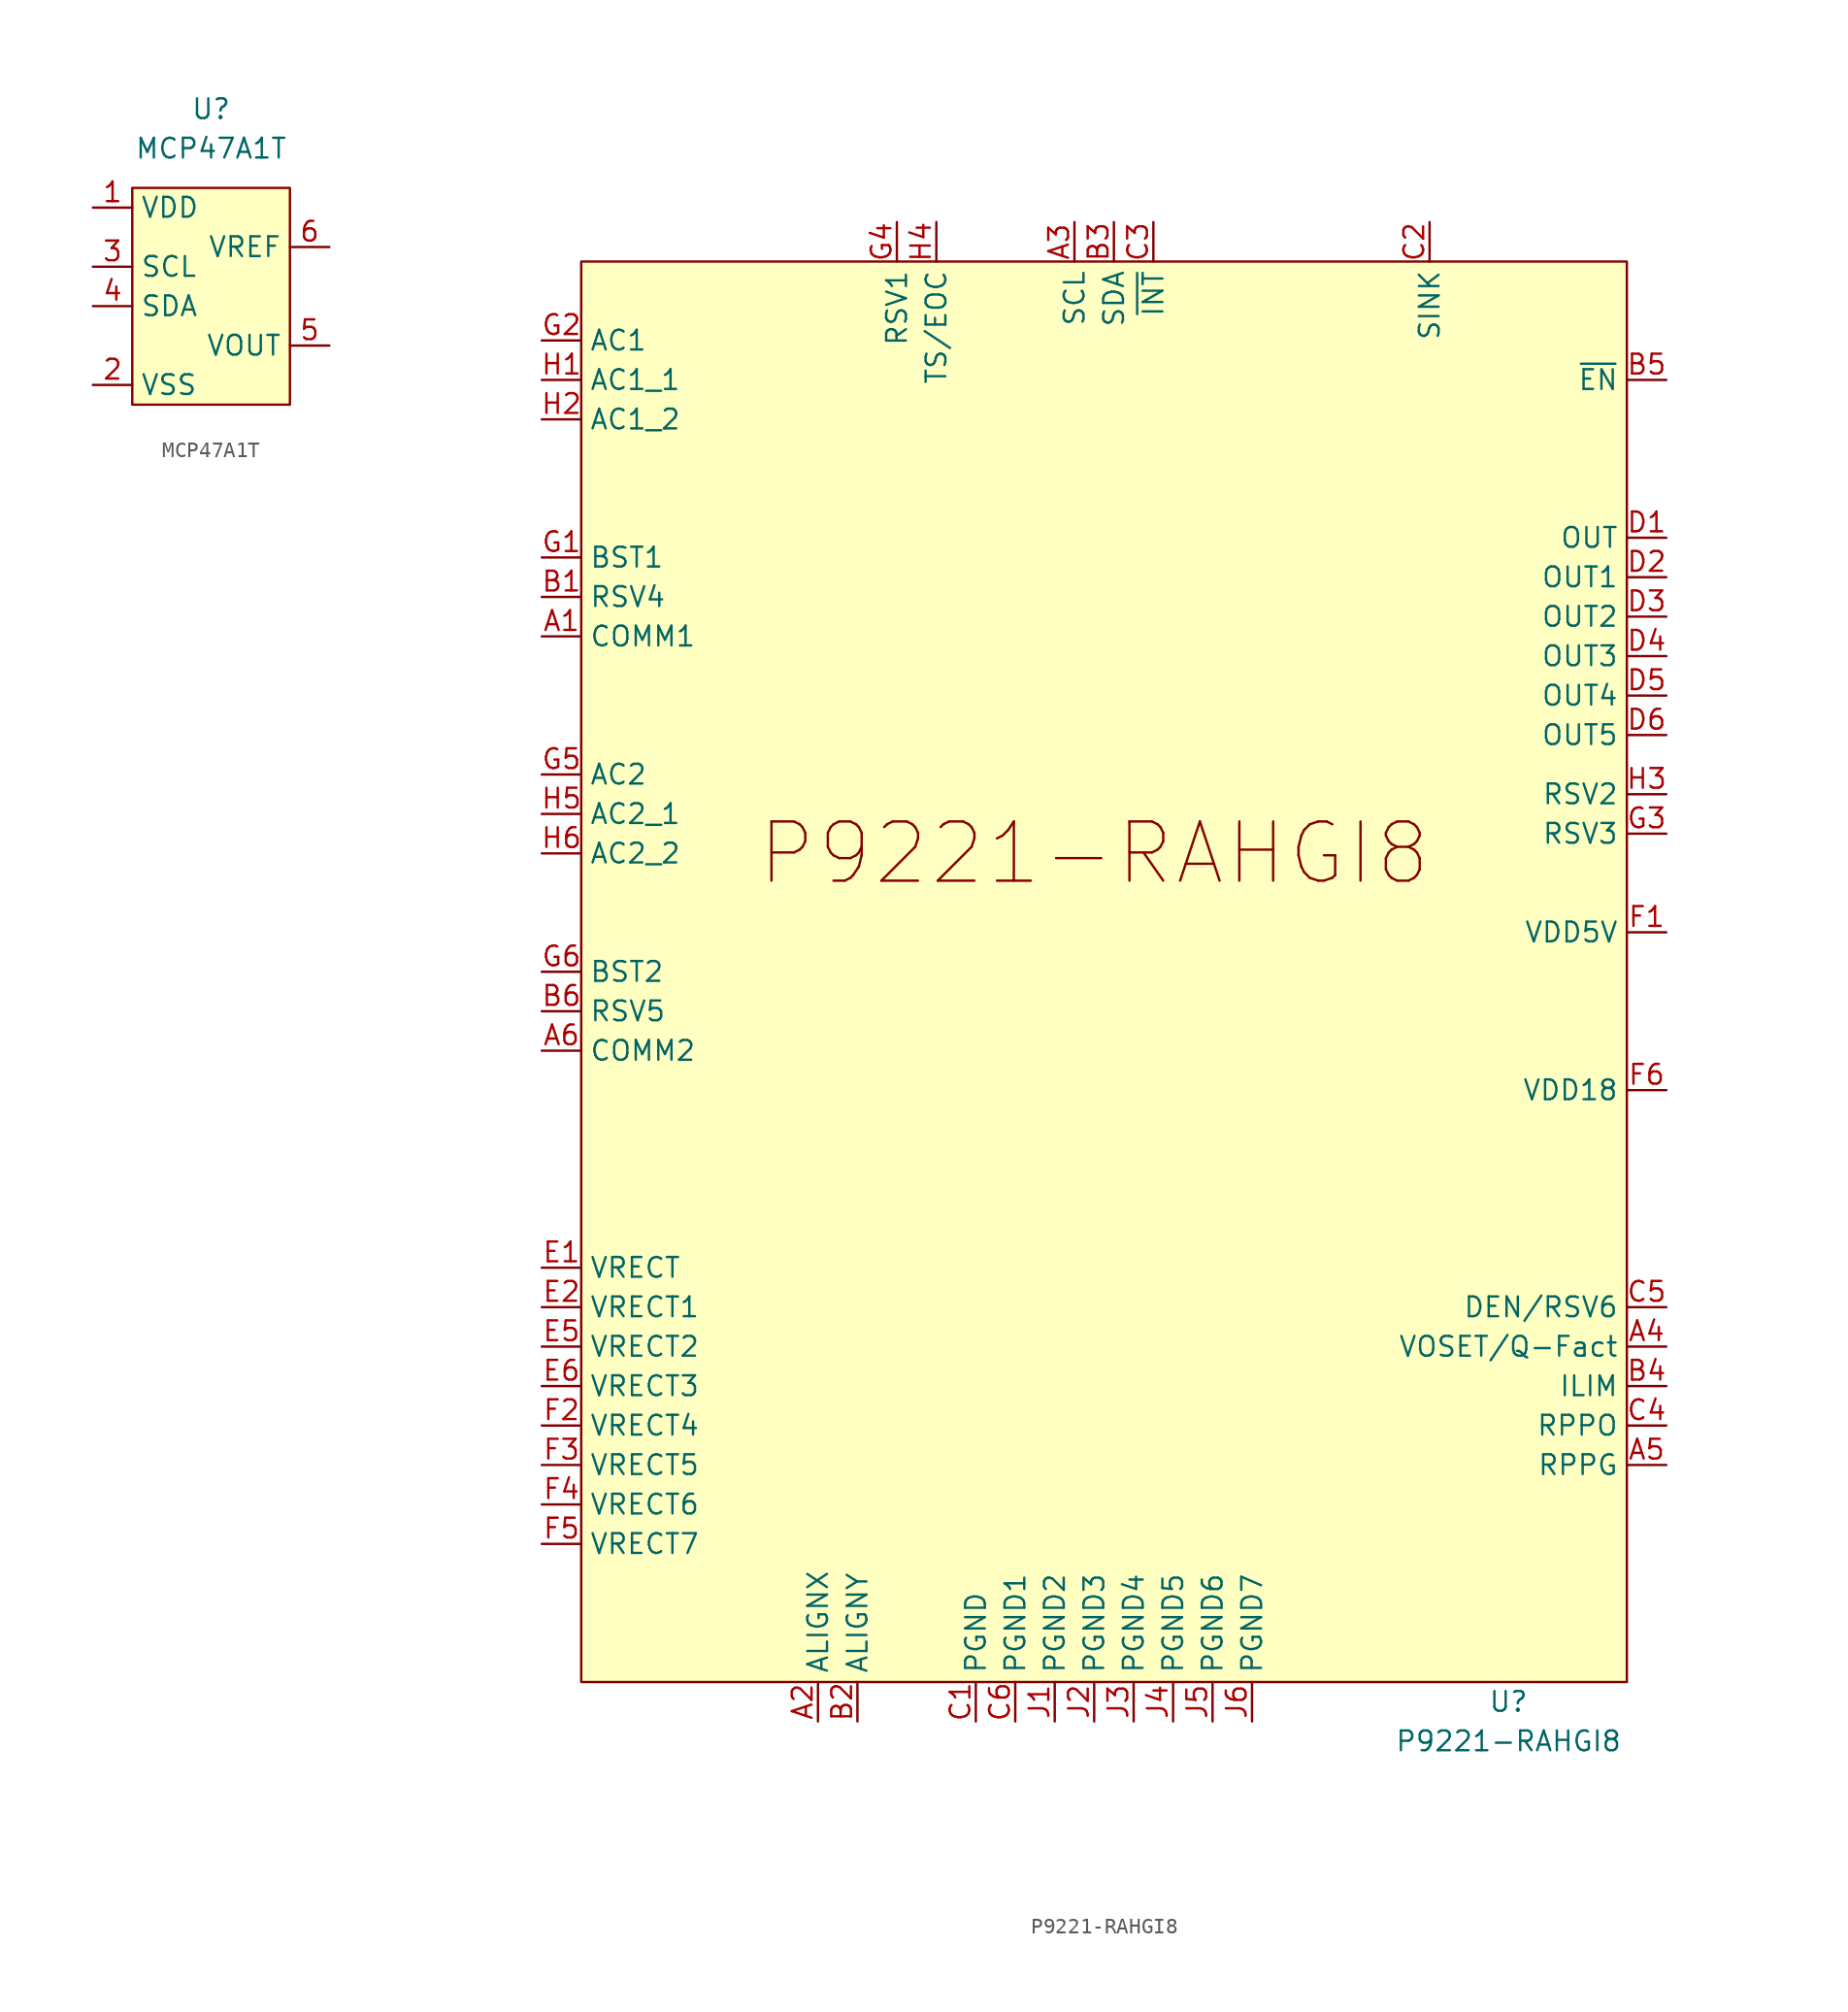
<source format=kicad_sym>
(kicad_symbol_lib
  (version 20220914)
  (generator kicad_symbol_editor)
  (symbol "MCP47A1T"
    (property "Reference" "U"
      (at 0 13.97 0)
      (effects (font (size 1.27 1.27))))
    (property "Value" "MCP47A1T"
      (at 0 11.43 0)
      (effects (font (size 1.27 1.27))))
    (symbol "MCP47A1T_0_1"
      (rectangle (start -5.08 8.89) (end 5.08 -5.08) (stroke (width 0) (type default)) (fill (type background))))
    (symbol "MCP47A1T_1_1"
      (pin power_in line (at -7.62 7.62 0) (length 2.54) (name "VDD" (effects (font (size 1.27 1.27)))) (number "1" (effects (font (size 1.27 1.27)))))
      (pin power_in line (at -7.62 -3.81 0) (length 2.54) (name "VSS" (effects (font (size 1.27 1.27)))) (number "2" (effects (font (size 1.27 1.27)))))
      (pin input line (at -7.62 3.81 0) (length 2.54) (name "SCL" (effects (font (size 1.27 1.27)))) (number "3" (effects (font (size 1.27 1.27)))))
      (pin bidirectional line (at -7.62 1.27 0) (length 2.54) (name "SDA" (effects (font (size 1.27 1.27)))) (number "4" (effects (font (size 1.27 1.27)))))
      (pin input line (at 7.62 -1.27 180) (length 2.54) (name "VOUT" (effects (font (size 1.27 1.27)))) (number "5" (effects (font (size 1.27 1.27)))))
      (pin input line (at 7.62 5.08 180) (length 2.54) (name "VREF" (effects (font (size 1.27 1.27)))) (number "6" (effects (font (size 1.27 1.27)))))))
  (symbol "P9221-RAHGI8"
    (property "Reference" "U"
      (at 25.4 -59.69 0)
      (effects (font (size 1.27 1.27))))
    (property "Value" "P9221-RAHGI8"
      (at 25.4 -62.23 0)
      (effects (font (size 1.27 1.27))))
    (symbol "P9221-RAHGI8_0_0"
      (text "P9221-RAHGI8" (at -1.27 -5.08 0) (effects (font (size 3.81 3.81)))))
    (symbol "P9221-RAHGI8_0_1"
      (rectangle (start -34.29 33.02) (end 33.02 -58.42) (stroke (width 0) (type default)) (fill (type background))))
    (symbol "P9221-RAHGI8_1_1"
      (pin input line (at -36.83 8.89 0) (length 2.54) (name "COMM1" (effects (font (size 1.27 1.27)))) (number "A1" (effects (font (size 1.27 1.27)))))
      (pin input line (at -19.05 -60.96 90) (length 2.54) (name "ALIGNX" (effects (font (size 1.27 1.27)))) (number "A2" (effects (font (size 1.27 1.27)))))
      (pin input line (at -2.54 35.56 270) (length 2.54) (name "SCL" (effects (font (size 1.27 1.27)))) (number "A3" (effects (font (size 1.27 1.27)))))
      (pin input line (at 35.56 -36.83 180) (length 2.54) (name "VOSET/Q-Fact" (effects (font (size 1.27 1.27)))) (number "A4" (effects (font (size 1.27 1.27)))))
      (pin input line (at 35.56 -44.45 180) (length 2.54) (name "RPPG" (effects (font (size 1.27 1.27)))) (number "A5" (effects (font (size 1.27 1.27)))))
      (pin input line (at -36.83 -17.78 0) (length 2.54) (name "COMM2" (effects (font (size 1.27 1.27)))) (number "A6" (effects (font (size 1.27 1.27)))))
      (pin input line (at -36.83 11.43 0) (length 2.54) (name "RSV4" (effects (font (size 1.27 1.27)))) (number "B1" (effects (font (size 1.27 1.27)))))
      (pin input line (at -16.51 -60.96 90) (length 2.54) (name "ALIGNY" (effects (font (size 1.27 1.27)))) (number "B2" (effects (font (size 1.27 1.27)))))
      (pin input line (at 0 35.56 270) (length 2.54) (name "SDA" (effects (font (size 1.27 1.27)))) (number "B3" (effects (font (size 1.27 1.27)))))
      (pin input line (at 35.56 -39.37 180) (length 2.54) (name "ILIM" (effects (font (size 1.27 1.27)))) (number "B4" (effects (font (size 1.27 1.27)))))
      (pin input line (at 35.56 25.4 180) (length 2.54) (name "~{EN}" (effects (font (size 1.27 1.27)))) (number "B5" (effects (font (size 1.27 1.27)))))
      (pin input line (at -36.83 -15.24 0) (length 2.54) (name "RSV5" (effects (font (size 1.27 1.27)))) (number "B6" (effects (font (size 1.27 1.27)))))
      (pin input line (at -8.89 -60.96 90) (length 2.54) (name "PGND" (effects (font (size 1.27 1.27)))) (number "C1" (effects (font (size 1.27 1.27)))))
      (pin input line (at 20.32 35.56 270) (length 2.54) (name "SINK" (effects (font (size 1.27 1.27)))) (number "C2" (effects (font (size 1.27 1.27)))))
      (pin input line (at 2.54 35.56 270) (length 2.54) (name "~{INT}" (effects (font (size 1.27 1.27)))) (number "C3" (effects (font (size 1.27 1.27)))))
      (pin input line (at 35.56 -41.91 180) (length 2.54) (name "RPPO" (effects (font (size 1.27 1.27)))) (number "C4" (effects (font (size 1.27 1.27)))))
      (pin input line (at 35.56 -34.29 180) (length 2.54) (name "DEN/RSV6" (effects (font (size 1.27 1.27)))) (number "C5" (effects (font (size 1.27 1.27)))))
      (pin input line (at -6.35 -60.96 90) (length 2.54) (name "PGND1" (effects (font (size 1.27 1.27)))) (number "C6" (effects (font (size 1.27 1.27)))))
      (pin input line (at 35.56 15.24 180) (length 2.54) (name "OUT" (effects (font (size 1.27 1.27)))) (number "D1" (effects (font (size 1.27 1.27)))))
      (pin input line (at 35.56 12.7 180) (length 2.54) (name "OUT1" (effects (font (size 1.27 1.27)))) (number "D2" (effects (font (size 1.27 1.27)))))
      (pin input line (at 35.56 10.16 180) (length 2.54) (name "OUT2" (effects (font (size 1.27 1.27)))) (number "D3" (effects (font (size 1.27 1.27)))))
      (pin input line (at 35.56 7.62 180) (length 2.54) (name "OUT3" (effects (font (size 1.27 1.27)))) (number "D4" (effects (font (size 1.27 1.27)))))
      (pin input line (at 35.56 5.08 180) (length 2.54) (name "OUT4" (effects (font (size 1.27 1.27)))) (number "D5" (effects (font (size 1.27 1.27)))))
      (pin input line (at 35.56 2.54 180) (length 2.54) (name "OUT5" (effects (font (size 1.27 1.27)))) (number "D6" (effects (font (size 1.27 1.27)))))
      (pin input line (at -36.83 -31.75 0) (length 2.54) (name "VRECT" (effects (font (size 1.27 1.27)))) (number "E1" (effects (font (size 1.27 1.27)))))
      (pin input line (at -36.83 -34.29 0) (length 2.54) (name "VRECT1" (effects (font (size 1.27 1.27)))) (number "E2" (effects (font (size 1.27 1.27)))))
      (pin input line (at -36.83 -36.83 0) (length 2.54) (name "VRECT2" (effects (font (size 1.27 1.27)))) (number "E5" (effects (font (size 1.27 1.27)))))
      (pin input line (at -36.83 -39.37 0) (length 2.54) (name "VRECT3" (effects (font (size 1.27 1.27)))) (number "E6" (effects (font (size 1.27 1.27)))))
      (pin input line (at 35.56 -10.16 180) (length 2.54) (name "VDD5V" (effects (font (size 1.27 1.27)))) (number "F1" (effects (font (size 1.27 1.27)))))
      (pin input line (at -36.83 -41.91 0) (length 2.54) (name "VRECT4" (effects (font (size 1.27 1.27)))) (number "F2" (effects (font (size 1.27 1.27)))))
      (pin input line (at -36.83 -44.45 0) (length 2.54) (name "VRECT5" (effects (font (size 1.27 1.27)))) (number "F3" (effects (font (size 1.27 1.27)))))
      (pin input line (at -36.83 -46.99 0) (length 2.54) (name "VRECT6" (effects (font (size 1.27 1.27)))) (number "F4" (effects (font (size 1.27 1.27)))))
      (pin input line (at -36.83 -49.53 0) (length 2.54) (name "VRECT7" (effects (font (size 1.27 1.27)))) (number "F5" (effects (font (size 1.27 1.27)))))
      (pin input line (at 35.56 -20.32 180) (length 2.54) (name "VDD18" (effects (font (size 1.27 1.27)))) (number "F6" (effects (font (size 1.27 1.27)))))
      (pin input line (at -36.83 13.97 0) (length 2.54) (name "BST1" (effects (font (size 1.27 1.27)))) (number "G1" (effects (font (size 1.27 1.27)))))
      (pin input line (at -36.83 27.94 0) (length 2.54) (name "AC1" (effects (font (size 1.27 1.27)))) (number "G2" (effects (font (size 1.27 1.27)))))
      (pin input line (at 35.56 -3.81 180) (length 2.54) (name "RSV3" (effects (font (size 1.27 1.27)))) (number "G3" (effects (font (size 1.27 1.27)))))
      (pin input line (at -13.97 35.56 270) (length 2.54) (name "RSV1" (effects (font (size 1.27 1.27)))) (number "G4" (effects (font (size 1.27 1.27)))))
      (pin input line (at -36.83 0 0) (length 2.54) (name "AC2" (effects (font (size 1.27 1.27)))) (number "G5" (effects (font (size 1.27 1.27)))))
      (pin input line (at -36.83 -12.7 0) (length 2.54) (name "BST2" (effects (font (size 1.27 1.27)))) (number "G6" (effects (font (size 1.27 1.27)))))
      (pin input line (at -36.83 25.4 0) (length 2.54) (name "AC1_1" (effects (font (size 1.27 1.27)))) (number "H1" (effects (font (size 1.27 1.27)))))
      (pin input line (at -36.83 22.86 0) (length 2.54) (name "AC1_2" (effects (font (size 1.27 1.27)))) (number "H2" (effects (font (size 1.27 1.27)))))
      (pin input line (at 35.56 -1.27 180) (length 2.54) (name "RSV2" (effects (font (size 1.27 1.27)))) (number "H3" (effects (font (size 1.27 1.27)))))
      (pin input line (at -11.43 35.56 270) (length 2.54) (name "TS/EOC" (effects (font (size 1.27 1.27)))) (number "H4" (effects (font (size 1.27 1.27)))))
      (pin input line (at -36.83 -2.54 0) (length 2.54) (name "AC2_1" (effects (font (size 1.27 1.27)))) (number "H5" (effects (font (size 1.27 1.27)))))
      (pin input line (at -36.83 -5.08 0) (length 2.54) (name "AC2_2" (effects (font (size 1.27 1.27)))) (number "H6" (effects (font (size 1.27 1.27)))))
      (pin input line (at -3.81 -60.96 90) (length 2.54) (name "PGND2" (effects (font (size 1.27 1.27)))) (number "J1" (effects (font (size 1.27 1.27)))))
      (pin input line (at -1.27 -60.96 90) (length 2.54) (name "PGND3" (effects (font (size 1.27 1.27)))) (number "J2" (effects (font (size 1.27 1.27)))))
      (pin input line (at 1.27 -60.96 90) (length 2.54) (name "PGND4" (effects (font (size 1.27 1.27)))) (number "J3" (effects (font (size 1.27 1.27)))))
      (pin input line (at 3.81 -60.96 90) (length 2.54) (name "PGND5" (effects (font (size 1.27 1.27)))) (number "J4" (effects (font (size 1.27 1.27)))))
      (pin input line (at 6.35 -60.96 90) (length 2.54) (name "PGND6" (effects (font (size 1.27 1.27)))) (number "J5" (effects (font (size 1.27 1.27)))))
      (pin input line (at 8.89 -60.96 90) (length 2.54) (name "PGND7" (effects (font (size 1.27 1.27)))) (number "J6" (effects (font (size 1.27 1.27))))))))
</source>
